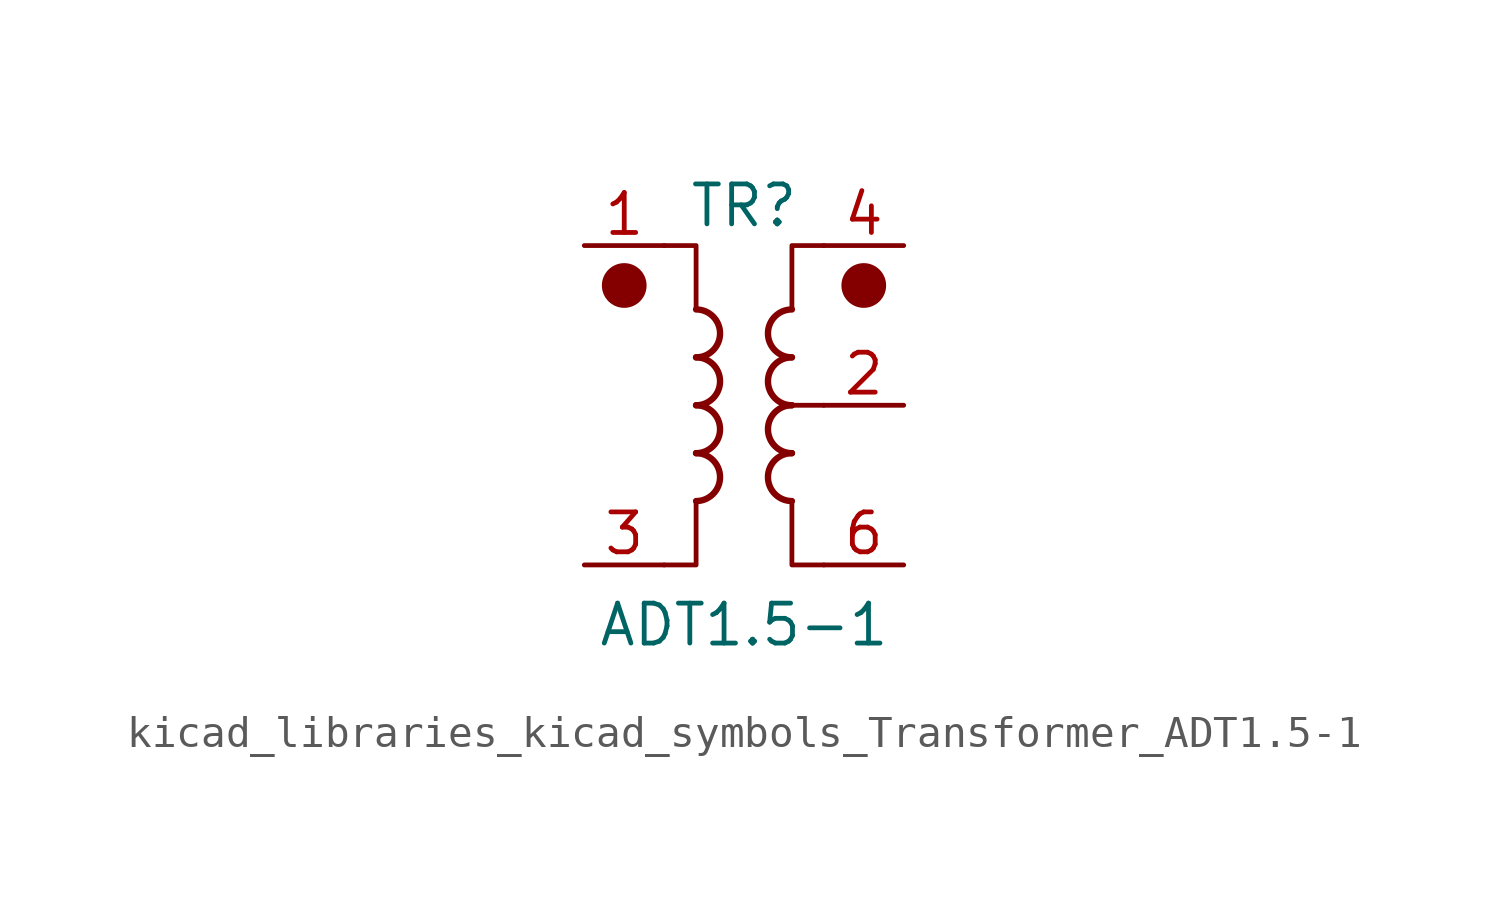
<source format=kicad_sym>
(kicad_symbol_lib
  (version 20220914)
  (generator kicad_symbol_editor)
  (symbol "kicad_libraries_kicad_symbols_Transformer_ADT1.5-1"
    (pin_names hide)
    (property "Reference" "TR"
      (at 0 6.35 0)
      (effects (font (size 1.27 1.27))))
    (property "Value" "ADT1.5-1"
      (at 0 -6.985 0)
      (effects (font (size 1.27 1.27))))
    (symbol "kicad_libraries_kicad_symbols_Transformer_ADT1.5-1_0_1"
      (circle (center -3.81 3.81) (radius 0.635) (stroke (width 0) (type default)) (fill (type outline)))
      (arc (start -1.524 -3.048) (mid -0.7653 -2.286) (end -1.524 -1.524) (stroke (width 0.2032) (type default)) (fill (type none)))
      (arc (start -1.524 -1.524) (mid -0.7653 -0.762) (end -1.524 0) (stroke (width 0.2032) (type default)) (fill (type none)))
      (arc (start -1.524 0) (mid -0.7653 0.762) (end -1.524 1.524) (stroke (width 0.2032) (type default)) (fill (type none)))
      (arc (start -1.524 1.524) (mid -0.7653 2.286) (end -1.524 3.048) (stroke (width 0.2032) (type default)) (fill (type none)))
      (polyline (pts (xy 2.54 0) (xy 1.27 0)) (stroke (width 0.152) (type default)) (fill (type none)))
      (polyline (pts (xy -2.54 5.08) (xy -1.524 5.08) (xy -1.524 3.048)) (stroke (width 0.152) (type default)) (fill (type none)))
      (polyline (pts (xy -1.524 -3.048) (xy -1.524 -5.08) (xy -2.54 -5.08)) (stroke (width 0.152) (type default)) (fill (type none)))
      (polyline (pts (xy 1.524 3.048) (xy 1.524 5.08) (xy 2.54 5.08)) (stroke (width 0.152) (type default)) (fill (type none)))
      (polyline (pts (xy 2.54 -5.08) (xy 1.524 -5.08) (xy 1.524 -3.048)) (stroke (width 0.152) (type default)) (fill (type none)))
      (arc (start 1.524 -1.524) (mid 0.7653 -2.286) (end 1.524 -3.048) (stroke (width 0.2032) (type default)) (fill (type none)))
      (arc (start 1.524 0) (mid 0.7653 -0.762) (end 1.524 -1.524) (stroke (width 0.2032) (type default)) (fill (type none)))
      (arc (start 1.524 1.524) (mid 0.7653 0.762) (end 1.524 0) (stroke (width 0.2032) (type default)) (fill (type none)))
      (arc (start 1.524 3.048) (mid 0.7653 2.286) (end 1.524 1.524) (stroke (width 0.2032) (type default)) (fill (type none)))
      (circle (center 3.81 3.81) (radius 0.635) (stroke (width 0) (type default)) (fill (type outline))))
    (symbol "kicad_libraries_kicad_symbols_Transformer_ADT1.5-1_1_1"
      (pin passive line (at -5.08 5.08 0) (length 2.54) (name "~" (effects (font (size 1.27 1.27)))) (number "1" (effects (font (size 1.27 1.27)))))
      (pin passive line (at 5.08 0 180) (length 2.54) (name "~" (effects (font (size 1.27 1.27)))) (number "2" (effects (font (size 1.27 1.27)))))
      (pin passive line (at -5.08 -5.08 0) (length 2.54) (name "~" (effects (font (size 1.27 1.27)))) (number "3" (effects (font (size 1.27 1.27)))))
      (pin passive line (at 5.08 5.08 180) (length 2.54) (name "~" (effects (font (size 1.27 1.27)))) (number "4" (effects (font (size 1.27 1.27)))))
      (pin no_connect line (at -2.54 0 0) (length 2.54) hide (name "~" (effects (font (size 1.27 1.27)))) (number "5" (effects (font (size 1.27 1.27)))))
      (pin passive line (at 5.08 -5.08 180) (length 2.54) (name "~" (effects (font (size 1.27 1.27)))) (number "6" (effects (font (size 1.27 1.27))))))))
</source>
